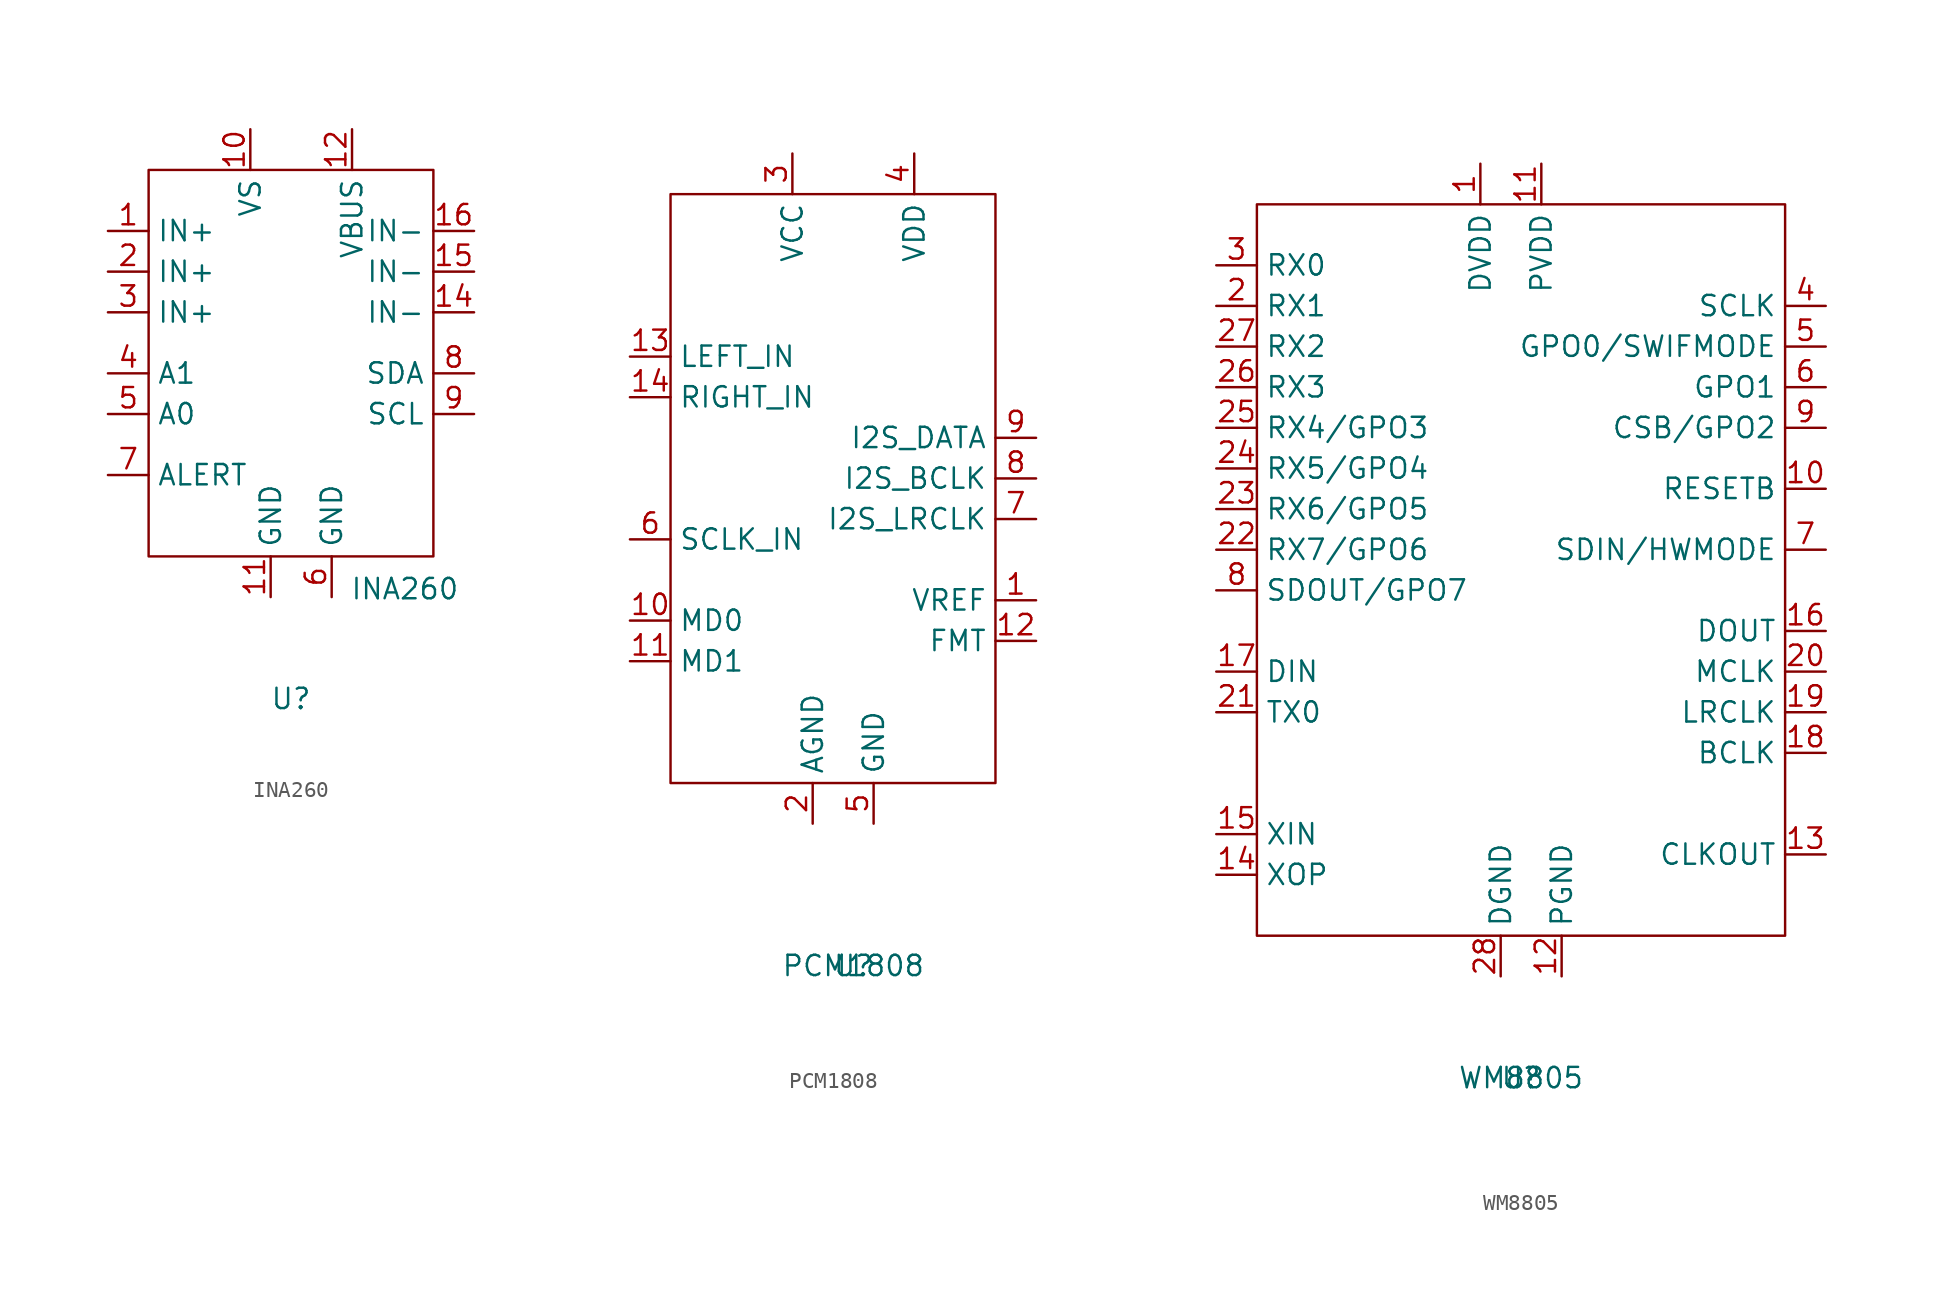
<source format=kicad_sym>
(kicad_symbol_lib
  (version 20231120)
  (generator "kicad_symbol_editor")
  (generator_version "8.0")
  (symbol "INA260"
    (property "Reference" "U"
      (at 0 0 0)
      (effects (font (size 1.27 1.27))))
    (property "Value" "INA260"
      (at 7.112 6.858 0)
      (effects (font (size 1.27 1.27))))
    (symbol "INA260_0_1"
      (rectangle (start -8.89 33.02) (end 8.89 8.89) (stroke (width 0) (type default)) (fill (type none))))
    (symbol "INA260_1_1"
      (pin input line (at -11.43 29.21 0) (length 2.54) (name "IN+" (effects (font (size 1.27 1.27)))) (number "1" (effects (font (size 1.27 1.27)))))
      (pin input line (at -2.54 35.56 270) (length 2.54) (name "VS" (effects (font (size 1.27 1.27)))) (number "10" (effects (font (size 1.27 1.27)))))
      (pin input line (at -1.27 6.35 90) (length 2.54) (name "GND" (effects (font (size 1.27 1.27)))) (number "11" (effects (font (size 1.27 1.27)))))
      (pin input line (at 3.81 35.56 270) (length 2.54) (name "VBUS" (effects (font (size 1.27 1.27)))) (number "12" (effects (font (size 1.27 1.27)))))
      (pin input line (at 11.43 24.13 180) (length 2.54) (name "IN-" (effects (font (size 1.27 1.27)))) (number "14" (effects (font (size 1.27 1.27)))))
      (pin input line (at 11.43 26.67 180) (length 2.54) (name "IN-" (effects (font (size 1.27 1.27)))) (number "15" (effects (font (size 1.27 1.27)))))
      (pin input line (at 11.43 29.21 180) (length 2.54) (name "IN-" (effects (font (size 1.27 1.27)))) (number "16" (effects (font (size 1.27 1.27)))))
      (pin input line (at -11.43 26.67 0) (length 2.54) (name "IN+" (effects (font (size 1.27 1.27)))) (number "2" (effects (font (size 1.27 1.27)))))
      (pin input line (at -11.43 24.13 0) (length 2.54) (name "IN+" (effects (font (size 1.27 1.27)))) (number "3" (effects (font (size 1.27 1.27)))))
      (pin input line (at -11.43 20.32 0) (length 2.54) (name "A1" (effects (font (size 1.27 1.27)))) (number "4" (effects (font (size 1.27 1.27)))))
      (pin input line (at -11.43 17.78 0) (length 2.54) (name "A0" (effects (font (size 1.27 1.27)))) (number "5" (effects (font (size 1.27 1.27)))))
      (pin input line (at 2.54 6.35 90) (length 2.54) (name "GND" (effects (font (size 1.27 1.27)))) (number "6" (effects (font (size 1.27 1.27)))))
      (pin input line (at -11.43 13.97 0) (length 2.54) (name "ALERT" (effects (font (size 1.27 1.27)))) (number "7" (effects (font (size 1.27 1.27)))))
      (pin input line (at 11.43 20.32 180) (length 2.54) (name "SDA" (effects (font (size 1.27 1.27)))) (number "8" (effects (font (size 1.27 1.27)))))
      (pin input line (at 11.43 17.78 180) (length 2.54) (name "SCL" (effects (font (size 1.27 1.27)))) (number "9" (effects (font (size 1.27 1.27)))))))
  (symbol "PCM1808"
    (property "Reference" "U"
      (at 0 0 0)
      (effects (font (size 1.27 1.27))))
    (property "Value" "PCM1808"
      (at 0 0 0)
      (effects (font (size 1.27 1.27))))
    (symbol "PCM1808_1_1"
      (text_box "" (at -11.43 48.26 0) (size 20.32 -36.83) (stroke (width 0) (type default)) (fill (type none)) (effects (font (size 1.27 1.27)) (justify left top)))
      (pin output line (at 11.43 22.86 180) (length 2.54) (name "VREF" (effects (font (size 1.27 1.27)))) (number "1" (effects (font (size 1.27 1.27)))))
      (pin input line (at -13.97 21.59 0) (length 2.54) (name "MD0" (effects (font (size 1.27 1.27)))) (number "10" (effects (font (size 1.27 1.27)))))
      (pin input line (at -13.97 19.05 0) (length 2.54) (name "MD1" (effects (font (size 1.27 1.27)))) (number "11" (effects (font (size 1.27 1.27)))))
      (pin input line (at 11.43 20.32 180) (length 2.54) (name "FMT" (effects (font (size 1.27 1.27)))) (number "12" (effects (font (size 1.27 1.27)))))
      (pin input line (at -13.97 38.1 0) (length 2.54) (name "LEFT_IN" (effects (font (size 1.27 1.27)))) (number "13" (effects (font (size 1.27 1.27)))))
      (pin input line (at -13.97 35.56 0) (length 2.54) (name "RIGHT_IN" (effects (font (size 1.27 1.27)))) (number "14" (effects (font (size 1.27 1.27)))))
      (pin input line (at -2.54 8.89 90) (length 2.54) (name "AGND" (effects (font (size 1.27 1.27)))) (number "2" (effects (font (size 1.27 1.27)))))
      (pin input line (at -3.81 50.8 270) (length 2.54) (name "VCC" (effects (font (size 1.27 1.27)))) (number "3" (effects (font (size 1.27 1.27)))))
      (pin input line (at 3.81 50.8 270) (length 2.54) (name "VDD" (effects (font (size 1.27 1.27)))) (number "4" (effects (font (size 1.27 1.27)))))
      (pin input line (at 1.27 8.89 90) (length 2.54) (name "GND" (effects (font (size 1.27 1.27)))) (number "5" (effects (font (size 1.27 1.27)))))
      (pin input line (at -13.97 26.67 0) (length 2.54) (name "SCLK_IN" (effects (font (size 1.27 1.27)))) (number "6" (effects (font (size 1.27 1.27)))))
      (pin input line (at 11.43 27.94 180) (length 2.54) (name "I2S_LRCLK" (effects (font (size 1.27 1.27)))) (number "7" (effects (font (size 1.27 1.27)))))
      (pin input line (at 11.43 30.48 180) (length 2.54) (name "I2S_BCLK" (effects (font (size 1.27 1.27)))) (number "8" (effects (font (size 1.27 1.27)))))
      (pin input line (at 11.43 33.02 180) (length 2.54) (name "I2S_DATA" (effects (font (size 1.27 1.27)))) (number "9" (effects (font (size 1.27 1.27)))))))
  (symbol "WM8805"
    (property "Reference" "U"
      (at 0 0 0)
      (effects (font (size 1.27 1.27))))
    (property "Value" "WM8805"
      (at 0 0 0)
      (effects (font (size 1.27 1.27))))
    (symbol "WM8805_0_1"
      (rectangle (start -16.51 54.61) (end 16.51 8.89) (stroke (width 0) (type default)) (fill (type none))))
    (symbol "WM8805_1_1"
      (pin input line (at -2.54 57.15 270) (length 2.54) (name "DVDD" (effects (font (size 1.27 1.27)))) (number "1" (effects (font (size 1.27 1.27)))))
      (pin input line (at 19.05 36.83 180) (length 2.54) (name "RESETB" (effects (font (size 1.27 1.27)))) (number "10" (effects (font (size 1.27 1.27)))))
      (pin input line (at 1.27 57.15 270) (length 2.54) (name "PVDD" (effects (font (size 1.27 1.27)))) (number "11" (effects (font (size 1.27 1.27)))))
      (pin input line (at 2.54 6.35 90) (length 2.54) (name "PGND" (effects (font (size 1.27 1.27)))) (number "12" (effects (font (size 1.27 1.27)))))
      (pin input line (at 19.05 13.97 180) (length 2.54) (name "CLKOUT" (effects (font (size 1.27 1.27)))) (number "13" (effects (font (size 1.27 1.27)))))
      (pin input line (at -19.05 12.7 0) (length 2.54) (name "XOP" (effects (font (size 1.27 1.27)))) (number "14" (effects (font (size 1.27 1.27)))))
      (pin input line (at -19.05 15.24 0) (length 2.54) (name "XIN" (effects (font (size 1.27 1.27)))) (number "15" (effects (font (size 1.27 1.27)))))
      (pin input line (at 19.05 27.94 180) (length 2.54) (name "DOUT" (effects (font (size 1.27 1.27)))) (number "16" (effects (font (size 1.27 1.27)))))
      (pin input line (at -19.05 25.4 0) (length 2.54) (name "DIN" (effects (font (size 1.27 1.27)))) (number "17" (effects (font (size 1.27 1.27)))))
      (pin input line (at 19.05 20.32 180) (length 2.54) (name "BCLK" (effects (font (size 1.27 1.27)))) (number "18" (effects (font (size 1.27 1.27)))))
      (pin input line (at 19.05 22.86 180) (length 2.54) (name "LRCLK" (effects (font (size 1.27 1.27)))) (number "19" (effects (font (size 1.27 1.27)))))
      (pin input line (at -19.05 48.26 0) (length 2.54) (name "RX1" (effects (font (size 1.27 1.27)))) (number "2" (effects (font (size 1.27 1.27)))))
      (pin input line (at 19.05 25.4 180) (length 2.54) (name "MCLK" (effects (font (size 1.27 1.27)))) (number "20" (effects (font (size 1.27 1.27)))))
      (pin input line (at -19.05 22.86 0) (length 2.54) (name "TX0" (effects (font (size 1.27 1.27)))) (number "21" (effects (font (size 1.27 1.27)))))
      (pin input line (at -19.05 33.02 0) (length 2.54) (name "RX7/GPO6" (effects (font (size 1.27 1.27)))) (number "22" (effects (font (size 1.27 1.27)))))
      (pin input line (at -19.05 35.56 0) (length 2.54) (name "RX6/GPO5" (effects (font (size 1.27 1.27)))) (number "23" (effects (font (size 1.27 1.27)))))
      (pin input line (at -19.05 38.1 0) (length 2.54) (name "RX5/GPO4" (effects (font (size 1.27 1.27)))) (number "24" (effects (font (size 1.27 1.27)))))
      (pin input line (at -19.05 40.64 0) (length 2.54) (name "RX4/GPO3" (effects (font (size 1.27 1.27)))) (number "25" (effects (font (size 1.27 1.27)))))
      (pin input line (at -19.05 43.18 0) (length 2.54) (name "RX3" (effects (font (size 1.27 1.27)))) (number "26" (effects (font (size 1.27 1.27)))))
      (pin input line (at -19.05 45.72 0) (length 2.54) (name "RX2" (effects (font (size 1.27 1.27)))) (number "27" (effects (font (size 1.27 1.27)))))
      (pin input line (at -1.27 6.35 90) (length 2.54) (name "DGND" (effects (font (size 1.27 1.27)))) (number "28" (effects (font (size 1.27 1.27)))))
      (pin input line (at -19.05 50.8 0) (length 2.54) (name "RX0" (effects (font (size 1.27 1.27)))) (number "3" (effects (font (size 1.27 1.27)))))
      (pin input line (at 19.05 48.26 180) (length 2.54) (name "SCLK" (effects (font (size 1.27 1.27)))) (number "4" (effects (font (size 1.27 1.27)))))
      (pin input line (at 19.05 45.72 180) (length 2.54) (name "GPO0/SWIFMODE" (effects (font (size 1.27 1.27)))) (number "5" (effects (font (size 1.27 1.27)))))
      (pin input line (at 19.05 43.18 180) (length 2.54) (name "GPO1" (effects (font (size 1.27 1.27)))) (number "6" (effects (font (size 1.27 1.27)))))
      (pin input line (at 19.05 33.02 180) (length 2.54) (name "SDIN/HWMODE" (effects (font (size 1.27 1.27)))) (number "7" (effects (font (size 1.27 1.27)))))
      (pin input line (at -19.05 30.48 0) (length 2.54) (name "SDOUT/GPO7" (effects (font (size 1.27 1.27)))) (number "8" (effects (font (size 1.27 1.27)))))
      (pin input line (at 19.05 40.64 180) (length 2.54) (name "CSB/GPO2" (effects (font (size 1.27 1.27)))) (number "9" (effects (font (size 1.27 1.27))))))))
</source>
